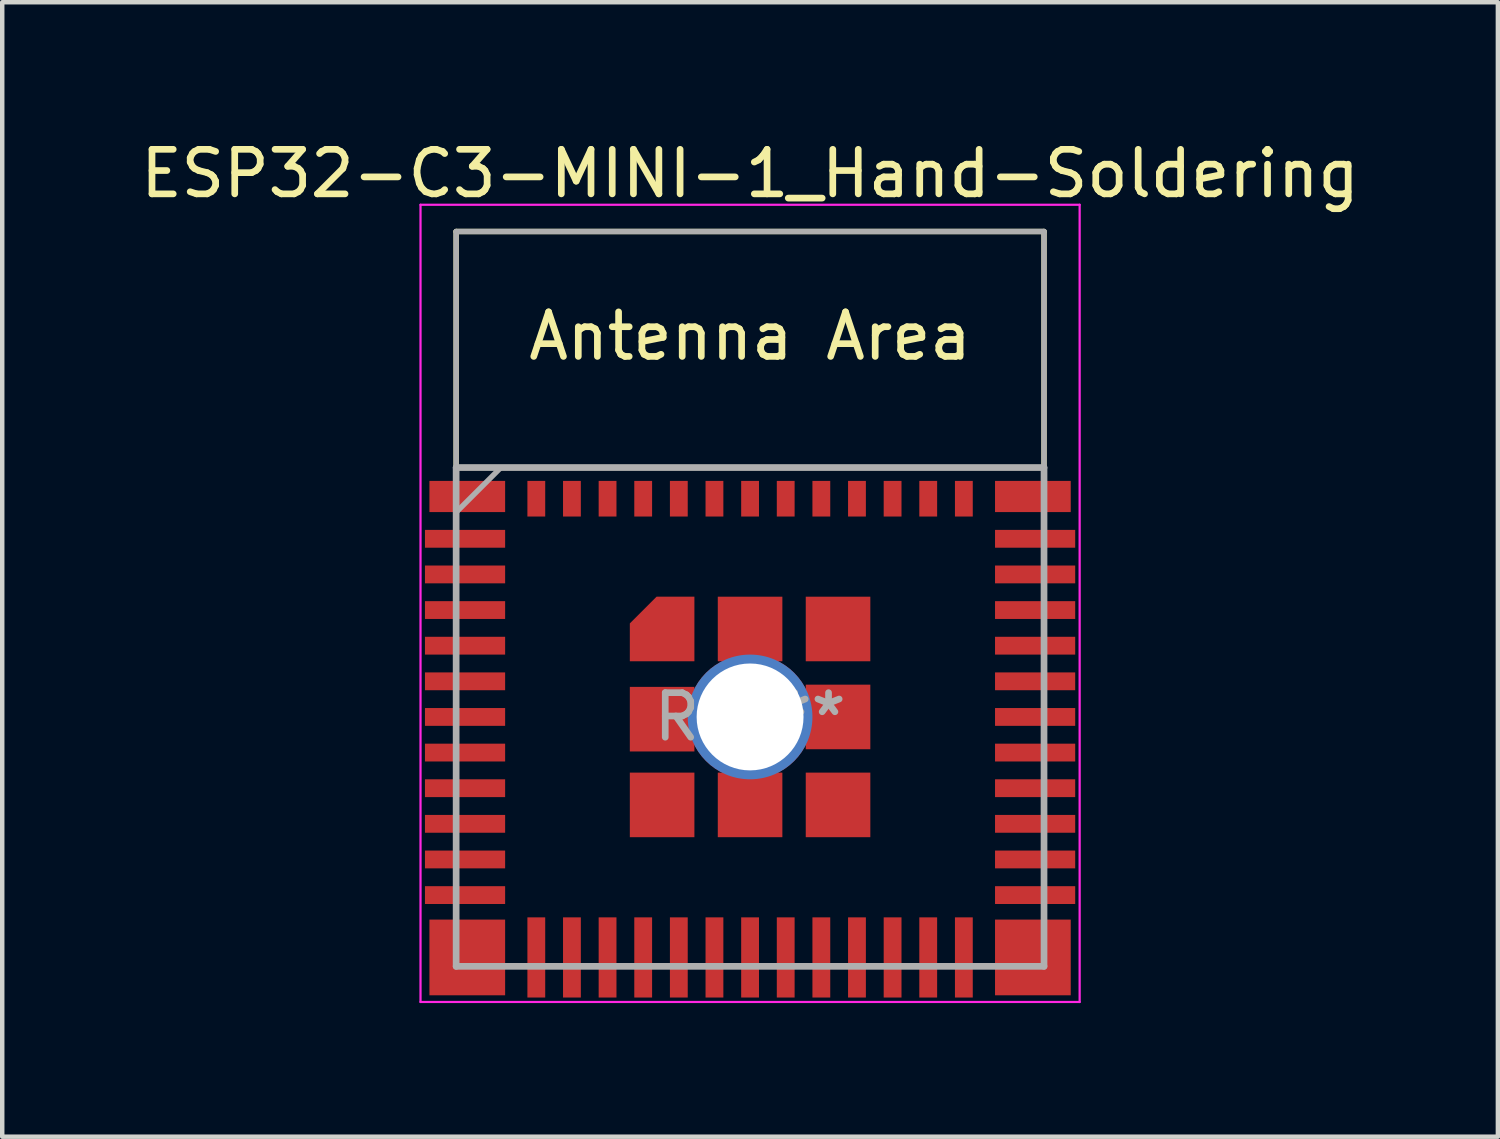
<source format=kicad_pcb>
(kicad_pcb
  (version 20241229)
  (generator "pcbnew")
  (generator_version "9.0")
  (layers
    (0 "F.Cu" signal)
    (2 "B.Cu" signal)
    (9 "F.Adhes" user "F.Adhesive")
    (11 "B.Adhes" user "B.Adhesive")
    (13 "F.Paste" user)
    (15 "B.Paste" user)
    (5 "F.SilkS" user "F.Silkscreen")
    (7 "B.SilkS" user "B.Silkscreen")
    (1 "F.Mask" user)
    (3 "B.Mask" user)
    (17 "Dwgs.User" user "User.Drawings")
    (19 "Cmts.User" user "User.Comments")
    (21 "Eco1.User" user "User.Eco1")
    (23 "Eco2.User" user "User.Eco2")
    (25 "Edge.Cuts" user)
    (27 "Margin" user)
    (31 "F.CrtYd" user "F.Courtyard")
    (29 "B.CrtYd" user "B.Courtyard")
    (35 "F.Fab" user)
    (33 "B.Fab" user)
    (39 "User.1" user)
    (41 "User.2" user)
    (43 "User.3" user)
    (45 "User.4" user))
  (footprint "ESP32-C3-MINI-1_Hand-Soldering"
    (layer "F.Cu")
    (at 13.792 13.048)
    (property "Reference" "ESP32-C3-MINI-1_Hand-Soldering" (at 0 -12.2 0) (layer "F.SilkS") (effects (font (size 1 1) (thickness 0.15))))
    (attr smd)
    (fp_line (start -6.6 -10.9) (end -6.6 -5.4) (stroke (width 0.12) (type solid)) (layer "F.SilkS"))
    (fp_line (start -6.6 -10.9) (end 6.6 -10.9) (stroke (width 0.12) (type solid)) (layer "F.SilkS"))
    (fp_line (start -6.6 -5.6) (end 6.6 -5.6) (stroke (width 0.12) (type solid)) (layer "F.SilkS"))
    (fp_line (start 6.6 -10.9) (end 6.6 -5.4) (stroke (width 0.12) (type solid)) (layer "F.SilkS"))
    (fp_line (start -7.4 -11.5) (end 7.4 -11.5) (stroke (width 0.05) (type solid)) (layer "F.CrtYd"))
    (fp_line (start -7.4 6.4) (end -7.4 -11.5) (stroke (width 0.05) (type solid)) (layer "F.CrtYd"))
    (fp_line (start 7.4 -11.5) (end 7.4 6.4) (stroke (width 0.05) (type solid)) (layer "F.CrtYd"))
    (fp_line (start 7.4 6.4) (end -7.4 6.4) (stroke (width 0.05) (type solid)) (layer "F.CrtYd"))
    (fp_line (start -6.6 -5.595) (end -6.6 5.6) (stroke (width 0.15) (type solid)) (layer "F.Fab"))
    (fp_line (start -6.6 -5.5) (end -6.6 -10.9) (stroke (width 0.12) (type solid)) (layer "F.Fab"))
    (fp_line (start -6.6 5.6) (end 6.6 5.6) (stroke (width 0.15) (type solid)) (layer "F.Fab"))
    (fp_line (start -5.6 -5.595) (end -6.6 -4.595) (stroke (width 0.12) (type solid)) (layer "F.Fab"))
    (fp_line (start 6.6 -10.9) (end -6.6 -10.9) (stroke (width 0.12) (type solid)) (layer "F.Fab"))
    (fp_line (start 6.6 -5.6) (end -6.6 -5.6) (stroke (width 0.15) (type solid)) (layer "F.Fab"))
    (fp_line (start 6.6 -5.5) (end 6.6 -10.9) (stroke (width 0.12) (type solid)) (layer "F.Fab"))
    (fp_line (start 6.6 5.6) (end 6.6 -5.595) (stroke (width 0.15) (type solid)) (layer "F.Fab"))
    (fp_text user "Antenna Area" (at 0 -8.55 0) (layer "F.SilkS") (effects (font (size 1 1) (thickness 0.15))))
    (fp_text user "REF**" (at 0 0 0) (layer "F.Fab") (effects (font (size 1 1) (thickness 0.15))))
    (pad "1" smd rect (at -6.4 -4 90) (size 0.4 1.8) (layers "F.Cu" "F.Mask" "F.Paste"))
    (pad "2" smd rect (at -6.4 -3.2 90) (size 0.4 1.8) (layers "F.Cu" "F.Mask" "F.Paste"))
    (pad "3" smd rect (at -6.4 -2.4 90) (size 0.4 1.8) (layers "F.Cu" "F.Mask" "F.Paste"))
    (pad "4" smd rect (at -6.4 -1.6 90) (size 0.4 1.8) (layers "F.Cu" "F.Mask" "F.Paste"))
    (pad "5" smd rect (at -6.4 -0.8 90) (size 0.4 1.8) (layers "F.Cu" "F.Mask" "F.Paste"))
    (pad "6" smd rect (at -6.4 0 90) (size 0.4 1.8) (layers "F.Cu" "F.Mask" "F.Paste"))
    (pad "7" smd rect (at -6.4 0.8 90) (size 0.4 1.8) (layers "F.Cu" "F.Mask" "F.Paste"))
    (pad "8" smd rect (at -6.4 1.6 90) (size 0.4 1.8) (layers "F.Cu" "F.Mask" "F.Paste"))
    (pad "9" smd rect (at -6.4 2.4 90) (size 0.4 1.8) (layers "F.Cu" "F.Mask" "F.Paste"))
    (pad "10" smd rect (at -6.4 3.2 90) (size 0.4 1.8) (layers "F.Cu" "F.Mask" "F.Paste"))
    (pad "11" smd rect (at -6.4 4 90) (size 0.4 1.8) (layers "F.Cu" "F.Mask" "F.Paste"))
    (pad "12" smd rect (at -4.8 5.4) (size 0.4 1.8) (layers "F.Cu" "F.Mask" "F.Paste"))
    (pad "13" smd rect (at -4 5.4) (size 0.4 1.8) (layers "F.Cu" "F.Mask" "F.Paste"))
    (pad "14" smd rect (at -3.2 5.4) (size 0.4 1.8) (layers "F.Cu" "F.Mask" "F.Paste"))
    (pad "15" smd rect (at -2.4 5.4) (size 0.4 1.8) (layers "F.Cu" "F.Mask" "F.Paste"))
    (pad "16" smd rect (at -1.6 5.4) (size 0.4 1.8) (layers "F.Cu" "F.Mask" "F.Paste"))
    (pad "17" smd rect (at -0.8 5.4) (size 0.4 1.8) (layers "F.Cu" "F.Mask" "F.Paste"))
    (pad "18" smd rect (at 0 5.4) (size 0.4 1.8) (layers "F.Cu" "F.Mask" "F.Paste"))
    (pad "19" smd rect (at 0.8 5.4) (size 0.4 1.8) (layers "F.Cu" "F.Mask" "F.Paste"))
    (pad "20" smd rect (at 1.6 5.4) (size 0.4 1.8) (layers "F.Cu" "F.Mask" "F.Paste"))
    (pad "21" smd rect (at 2.4 5.4) (size 0.4 1.8) (layers "F.Cu" "F.Mask" "F.Paste"))
    (pad "22" smd rect (at 3.2 5.4) (size 0.4 1.8) (layers "F.Cu" "F.Mask" "F.Paste"))
    (pad "23" smd rect (at 4 5.4) (size 0.4 1.8) (layers "F.Cu" "F.Mask" "F.Paste"))
    (pad "24" smd rect (at 4.8 5.4) (size 0.4 1.8) (layers "F.Cu" "F.Mask" "F.Paste"))
    (pad "25" smd rect (at 6.4 4 90) (size 0.4 1.8) (layers "F.Cu" "F.Mask" "F.Paste"))
    (pad "26" smd rect (at 6.4 3.2 90) (size 0.4 1.8) (layers "F.Cu" "F.Mask" "F.Paste"))
    (pad "27" smd rect (at 6.4 2.4 90) (size 0.4 1.8) (layers "F.Cu" "F.Mask" "F.Paste"))
    (pad "28" smd rect (at 6.4 1.6 90) (size 0.4 1.8) (layers "F.Cu" "F.Mask" "F.Paste"))
    (pad "29" smd rect (at 6.4 0.8 90) (size 0.4 1.8) (layers "F.Cu" "F.Mask" "F.Paste"))
    (pad "30" smd rect (at 6.4 0 90) (size 0.4 1.8) (layers "F.Cu" "F.Mask" "F.Paste"))
    (pad "31" smd rect (at 6.4 -0.8 90) (size 0.4 1.8) (layers "F.Cu" "F.Mask" "F.Paste"))
    (pad "32" smd rect (at 6.4 -1.6 90) (size 0.4 1.8) (layers "F.Cu" "F.Mask" "F.Paste"))
    (pad "33" smd rect (at 6.4 -2.4 90) (size 0.4 1.8) (layers "F.Cu" "F.Mask" "F.Paste"))
    (pad "34" smd rect (at 6.4 -3.2 90) (size 0.4 1.8) (layers "F.Cu" "F.Mask" "F.Paste"))
    (pad "35" smd rect (at 6.4 -4 90) (size 0.4 1.8) (layers "F.Cu" "F.Mask" "F.Paste"))
    (pad "36" smd rect (at -6.35 -4.95 90) (size 0.7 1.7) (layers "F.Cu" "F.Mask" "F.Paste"))
    (pad "36" smd rect (at -6.35 5.4 90) (size 1.7 1.7) (layers "F.Cu" "F.Mask" "F.Paste"))
    (pad "36" smd rect (at -4.8 -4.9) (size 0.4 0.8) (layers "F.Cu" "F.Mask" "F.Paste"))
    (pad "36" smd rect (at -4 -4.9) (size 0.4 0.8) (layers "F.Cu" "F.Mask" "F.Paste"))
    (pad "36" smd rect (at -3.2 -4.9) (size 0.4 0.8) (layers "F.Cu" "F.Mask" "F.Paste"))
    (pad "36" smd rect (at -2.4 -4.9) (size 0.4 0.8) (layers "F.Cu" "F.Mask" "F.Paste"))
    (pad "36" smd custom (at -1.975 -1.975) (size 0.8 0.8) (layers "F.Cu" "F.Mask" "F.Paste") (options (anchor rect)) (primitives (gr_poly (pts (xy 0.725 0.725) (xy -0.725 0.725) (xy -0.725 -0.125) (xy -0.125 -0.725) (xy 0.725 -0.725)) (width 0) (fill yes))))
    (pad "36" smd rect (at -1.975 0.05 90) (size 1.45 1.45) (layers "F.Cu" "F.Mask" "F.Paste"))
    (pad "36" smd rect (at -1.975 1.975 90) (size 1.45 1.45) (layers "F.Cu" "F.Mask" "F.Paste"))
    (pad "36" smd rect (at -1.6 -4.9) (size 0.4 0.8) (layers "F.Cu" "F.Mask" "F.Paste"))
    (pad "36" smd rect (at -0.8 -4.9) (size 0.4 0.8) (layers "F.Cu" "F.Mask" "F.Paste"))
    (pad "36" smd rect (at 0 -4.9) (size 0.4 0.8) (layers "F.Cu" "F.Mask" "F.Paste"))
    (pad "36" smd rect (at 0 -1.975 90) (size 1.45 1.45) (layers "F.Cu" "F.Mask" "F.Paste"))
    (pad "36" thru_hole circle (at 0 0 90) (size 2.8 2.8) (drill 2.4) (layers "*.Cu" "*.Mask"))
    (pad "36" smd rect (at 0 1.975 90) (size 1.45 1.45) (layers "F.Cu" "F.Mask" "F.Paste"))
    (pad "36" smd rect (at 0.8 -4.9) (size 0.4 0.8) (layers "F.Cu" "F.Mask" "F.Paste"))
    (pad "36" smd rect (at 1.6 -4.9) (size 0.4 0.8) (layers "F.Cu" "F.Mask" "F.Paste"))
    (pad "36" smd rect (at 1.975 -1.975 90) (size 1.45 1.45) (layers "F.Cu" "F.Mask" "F.Paste"))
    (pad "36" smd rect (at 1.975 0 90) (size 1.45 1.45) (layers "F.Cu" "F.Mask" "F.Paste"))
    (pad "36" smd rect (at 1.975 1.975 90) (size 1.45 1.45) (layers "F.Cu" "F.Mask" "F.Paste"))
    (pad "36" smd rect (at 2.4 -4.9) (size 0.4 0.8) (layers "F.Cu" "F.Mask" "F.Paste"))
    (pad "36" smd rect (at 3.2 -4.9) (size 0.4 0.8) (layers "F.Cu" "F.Mask" "F.Paste"))
    (pad "36" smd rect (at 4 -4.9) (size 0.4 0.8) (layers "F.Cu" "F.Mask" "F.Paste"))
    (pad "36" smd rect (at 4.8 -4.9) (size 0.4 0.8) (layers "F.Cu" "F.Mask" "F.Paste"))
    (pad "36" smd rect (at 6.35 -4.95 90) (size 0.7 1.7) (layers "F.Cu" "F.Mask" "F.Paste"))
    (pad "36" smd rect (at 6.35 5.4 90) (size 1.7 1.7) (layers "F.Cu" "F.Mask" "F.Paste")))
  (gr_rect
    (start -3 -3)
    (end 30.583 22.473)
    (stroke (width 0.1) (type default))
    (fill no)
    (layer "Edge.Cuts")))
</source>
